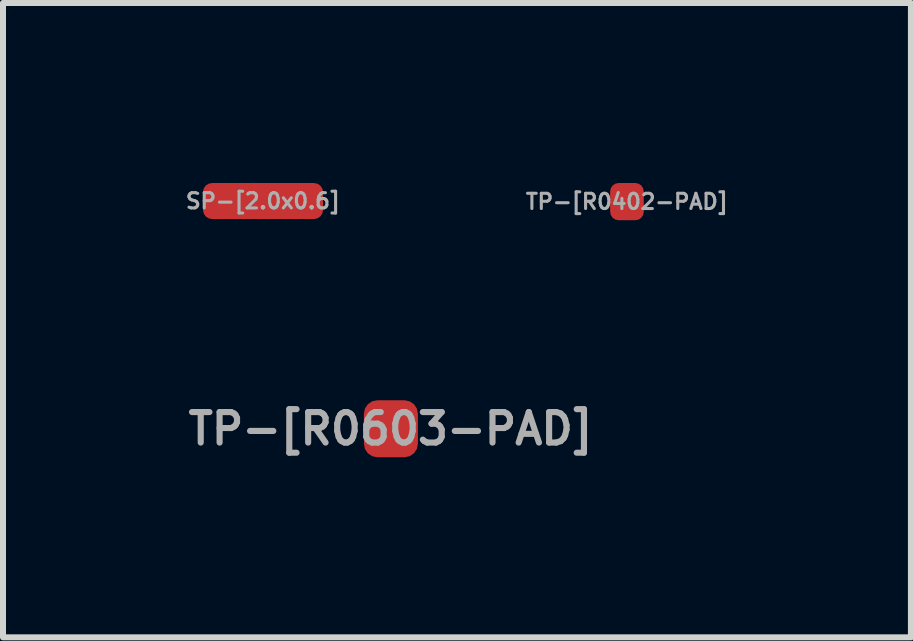
<source format=kicad_pcb>
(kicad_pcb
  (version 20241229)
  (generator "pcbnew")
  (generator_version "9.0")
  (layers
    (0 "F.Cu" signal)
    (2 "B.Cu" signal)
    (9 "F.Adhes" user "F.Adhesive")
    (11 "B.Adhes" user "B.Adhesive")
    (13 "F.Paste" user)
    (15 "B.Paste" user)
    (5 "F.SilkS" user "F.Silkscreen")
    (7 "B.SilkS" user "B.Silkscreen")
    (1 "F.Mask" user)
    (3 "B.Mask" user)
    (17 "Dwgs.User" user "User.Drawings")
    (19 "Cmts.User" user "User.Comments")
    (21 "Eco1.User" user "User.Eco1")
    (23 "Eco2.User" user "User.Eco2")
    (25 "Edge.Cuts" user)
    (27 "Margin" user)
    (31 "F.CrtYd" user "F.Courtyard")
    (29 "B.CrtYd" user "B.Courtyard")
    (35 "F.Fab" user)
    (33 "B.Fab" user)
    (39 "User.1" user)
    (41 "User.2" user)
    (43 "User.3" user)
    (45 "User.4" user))
  (footprint "TP-[R0603-PAD]"
    (layer "F.Cu")
    (at 3.464 4.095)
    (property "Reference" "TP-[R0603-PAD]" (at 0 0 0) (unlocked yes) (layer "F.Fab") (effects (font (size 0.508 0.508) (thickness 0.102))))
    (attr smd)
    (pad "1" smd roundrect (at 0 0) (size 0.9 0.95) (layers "F.Cu" "F.Mask" "F.Paste") (roundrect_rratio 0.25)))
  (footprint "TP-[R0402-PAD]"
    (layer "F.Cu")
    (at 7.398 0.31)
    (property "Reference" "TP-[R0402-PAD]" (at 0 0 180) (layer "F.Fab") (effects (font (size 0.254 0.254) (thickness 0.051))))
    (attr smd)
    (pad "1" smd roundrect (at 0 0) (size 0.56 0.62) (layers "F.Cu" "F.Mask") (roundrect_rratio 0.25)))
  (footprint "SP-[2.0x0.6]"
    (layer "F.Cu")
    (at 1.333 0.3)
    (property "Reference" "SP-[2.0x0.6]" (at 0 0 180) (layer "F.Fab") (effects (font (size 0.254 0.254) (thickness 0.051))))
    (attr smd)
    (pad "1" smd roundrect (at 0 0) (size 2 0.6) (layers "F.Cu" "F.Mask") (roundrect_rratio 0.25)))
  (gr_rect
    (start -3 -3)
    (end 12.13 7.571)
    (stroke (width 0.1) (type default))
    (fill no)
    (layer "Edge.Cuts")))
</source>
